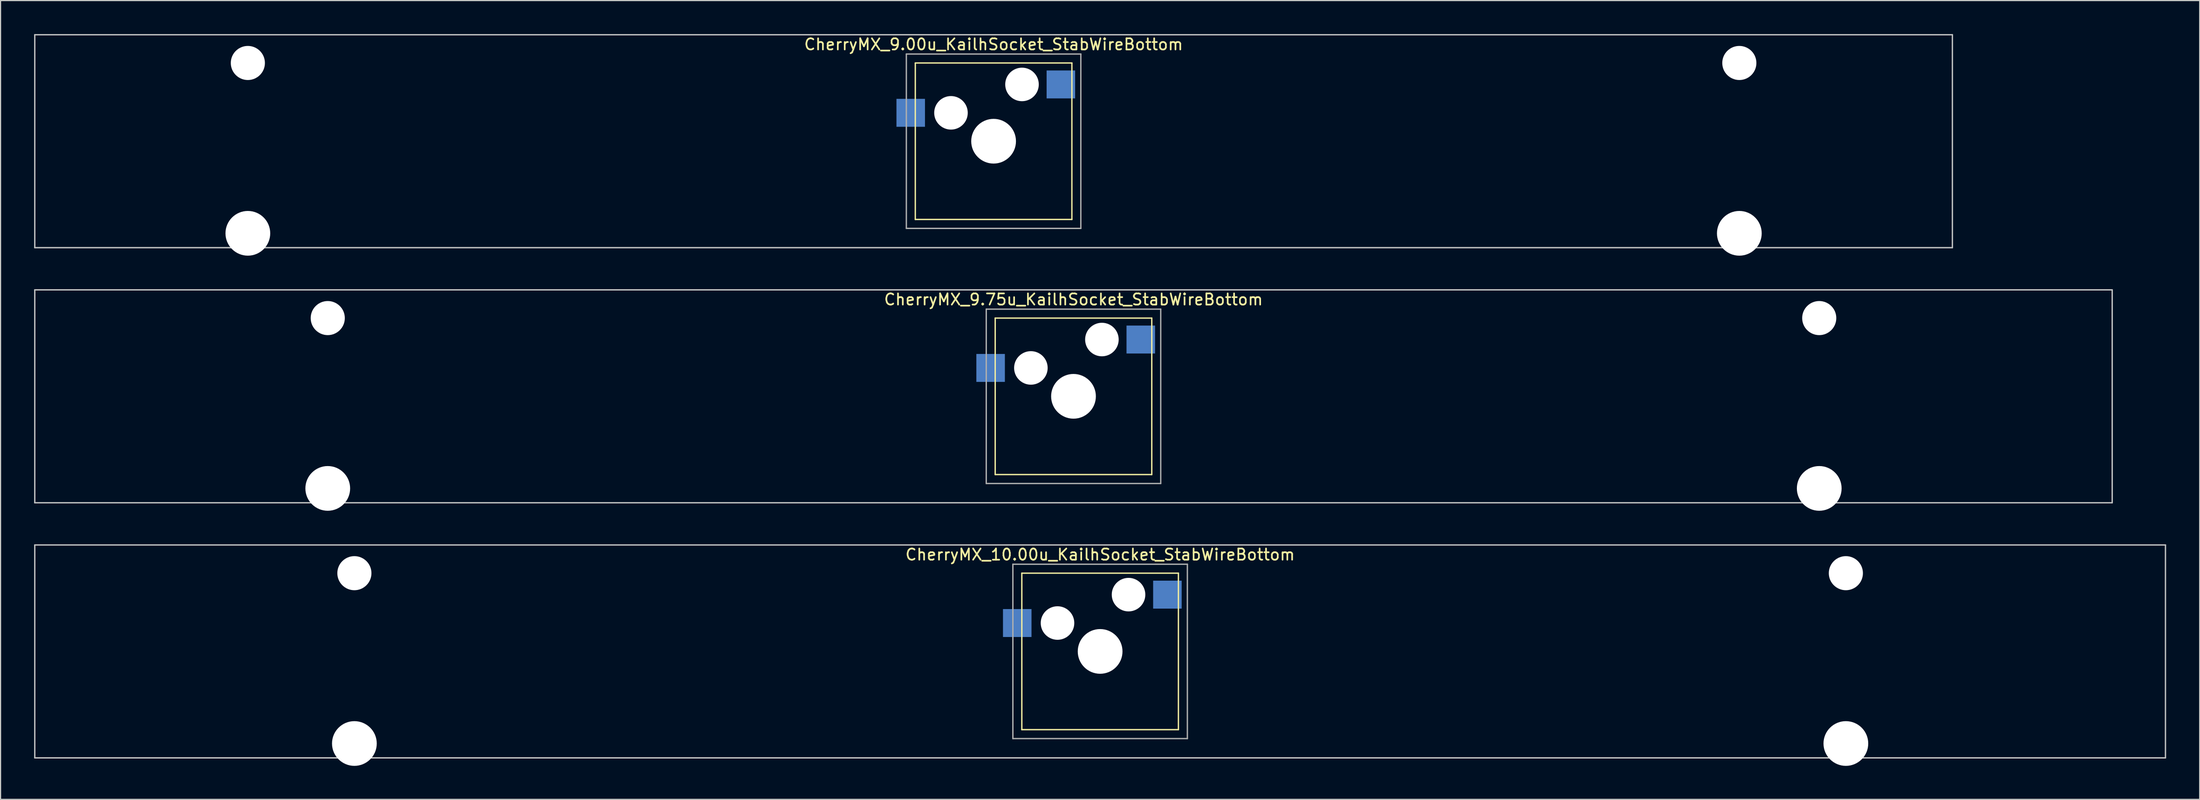
<source format=kicad_pcb>
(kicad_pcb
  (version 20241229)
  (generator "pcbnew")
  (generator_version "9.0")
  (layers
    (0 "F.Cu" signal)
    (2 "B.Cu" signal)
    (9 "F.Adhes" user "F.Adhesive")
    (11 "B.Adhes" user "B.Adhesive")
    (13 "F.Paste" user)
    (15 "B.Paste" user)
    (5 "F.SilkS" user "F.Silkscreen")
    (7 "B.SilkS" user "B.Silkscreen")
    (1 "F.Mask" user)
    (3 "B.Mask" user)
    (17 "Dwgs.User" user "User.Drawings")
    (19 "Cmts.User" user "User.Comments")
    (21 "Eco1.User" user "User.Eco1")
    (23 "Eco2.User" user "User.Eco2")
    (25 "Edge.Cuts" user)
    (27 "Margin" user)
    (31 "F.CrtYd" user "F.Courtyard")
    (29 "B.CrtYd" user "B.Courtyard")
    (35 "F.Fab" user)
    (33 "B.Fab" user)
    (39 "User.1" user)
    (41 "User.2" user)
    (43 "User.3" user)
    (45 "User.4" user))
  (footprint "CherryMX_9.75u_KailhSocket_StabWireBottom"
    (layer "F.Cu")
    (at 92.929 32.41)
    (property "Reference" "CherryMX_9.75u_KailhSocket_StabWireBottom" (at 0 -8.662 0) (layer "F.SilkS") (effects (font (size 1 1) (thickness 0.15))))
    (attr through_hole)
    (fp_line (start -7 -7) (end -7 7) (stroke (width 0.12) (type solid)) (layer "F.SilkS"))
    (fp_line (start -7 -7) (end 7 -7) (stroke (width 0.12) (type solid)) (layer "F.SilkS"))
    (fp_line (start 7 -7) (end 7 7) (stroke (width 0.12) (type solid)) (layer "F.SilkS"))
    (fp_line (start 7 7) (end -7 7) (stroke (width 0.12) (type solid)) (layer "F.SilkS"))
    (fp_line (start -92.869 -9.525) (end 92.869 -9.525) (stroke (width 0.12) (type solid)) (layer "Dwgs.User"))
    (fp_line (start -92.869 9.525) (end -92.869 -9.525) (stroke (width 0.12) (type solid)) (layer "Dwgs.User"))
    (fp_line (start 92.869 -9.525) (end 92.869 9.525) (stroke (width 0.12) (type solid)) (layer "Dwgs.User"))
    (fp_line (start 92.869 9.525) (end -92.869 9.525) (stroke (width 0.12) (type solid)) (layer "Dwgs.User"))
    (fp_line (start -7.8 -7.8) (end -7.8 7.8) (stroke (width 0.12) (type solid)) (layer "F.Fab"))
    (fp_line (start -7.8 -7.8) (end 7.8 -7.8) (stroke (width 0.12) (type solid)) (layer "F.Fab"))
    (fp_line (start -7.8 7.8) (end 7.8 7.8) (stroke (width 0.12) (type solid)) (layer "F.Fab"))
    (fp_line (start 7.8 -7.8) (end 7.8 7.8) (stroke (width 0.12) (type solid)) (layer "F.Fab"))
    (pad "" np_thru_hole circle (at -66.675 -7) (size 3.05 3.05) (drill 3.05) (layers "*.Cu" "*.Mask"))
    (pad "" np_thru_hole circle (at -66.675 8.24) (size 4 4) (drill 4) (layers "*.Cu" "*.Mask"))
    (pad "" np_thru_hole circle (at -3.81 -2.54) (size 3 3) (drill 3) (layers "*.Cu" "*.Mask"))
    (pad "" np_thru_hole circle (at 0 0) (size 4 4) (drill 4) (layers "*.Cu" "*.Mask"))
    (pad "" np_thru_hole circle (at 2.54 -5.08) (size 3 3) (drill 3) (layers "*.Cu" "*.Mask"))
    (pad "" np_thru_hole circle (at 66.675 -7) (size 3.05 3.05) (drill 3.05) (layers "*.Cu" "*.Mask"))
    (pad "" np_thru_hole circle (at 66.675 8.24) (size 4 4) (drill 4) (layers "*.Cu" "*.Mask"))
    (pad "1" smd rect (at -7.41 -2.54) (size 2.55 2.5) (layers "B.Cu" "B.Mask" "B.Paste"))
    (pad "2" smd rect (at 6.015 -5.08) (size 2.55 2.5) (layers "B.Cu" "B.Mask" "B.Paste")))
  (footprint "CherryMX_9.00u_KailhSocket_StabWireBottom"
    (layer "F.Cu")
    (at 85.785 9.585)
    (property "Reference" "CherryMX_9.00u_KailhSocket_StabWireBottom" (at 0 -8.662 0) (layer "F.SilkS") (effects (font (size 1 1) (thickness 0.15))))
    (attr through_hole)
    (fp_line (start -7 -7) (end -7 7) (stroke (width 0.12) (type solid)) (layer "F.SilkS"))
    (fp_line (start -7 -7) (end 7 -7) (stroke (width 0.12) (type solid)) (layer "F.SilkS"))
    (fp_line (start 7 -7) (end 7 7) (stroke (width 0.12) (type solid)) (layer "F.SilkS"))
    (fp_line (start 7 7) (end -7 7) (stroke (width 0.12) (type solid)) (layer "F.SilkS"))
    (fp_line (start -85.725 -9.525) (end 85.725 -9.525) (stroke (width 0.12) (type solid)) (layer "Dwgs.User"))
    (fp_line (start -85.725 9.525) (end -85.725 -9.525) (stroke (width 0.12) (type solid)) (layer "Dwgs.User"))
    (fp_line (start 85.725 -9.525) (end 85.725 9.525) (stroke (width 0.12) (type solid)) (layer "Dwgs.User"))
    (fp_line (start 85.725 9.525) (end -85.725 9.525) (stroke (width 0.12) (type solid)) (layer "Dwgs.User"))
    (fp_line (start -7.8 -7.8) (end -7.8 7.8) (stroke (width 0.12) (type solid)) (layer "F.Fab"))
    (fp_line (start -7.8 -7.8) (end 7.8 -7.8) (stroke (width 0.12) (type solid)) (layer "F.Fab"))
    (fp_line (start -7.8 7.8) (end 7.8 7.8) (stroke (width 0.12) (type solid)) (layer "F.Fab"))
    (fp_line (start 7.8 -7.8) (end 7.8 7.8) (stroke (width 0.12) (type solid)) (layer "F.Fab"))
    (pad "" np_thru_hole circle (at -66.675 -7) (size 3.05 3.05) (drill 3.05) (layers "*.Cu" "*.Mask"))
    (pad "" np_thru_hole circle (at -66.675 8.24) (size 4 4) (drill 4) (layers "*.Cu" "*.Mask"))
    (pad "" np_thru_hole circle (at -3.81 -2.54) (size 3 3) (drill 3) (layers "*.Cu" "*.Mask"))
    (pad "" np_thru_hole circle (at 0 0) (size 4 4) (drill 4) (layers "*.Cu" "*.Mask"))
    (pad "" np_thru_hole circle (at 2.54 -5.08) (size 3 3) (drill 3) (layers "*.Cu" "*.Mask"))
    (pad "" np_thru_hole circle (at 66.675 -7) (size 3.05 3.05) (drill 3.05) (layers "*.Cu" "*.Mask"))
    (pad "" np_thru_hole circle (at 66.675 8.24) (size 4 4) (drill 4) (layers "*.Cu" "*.Mask"))
    (pad "1" smd rect (at -7.41 -2.54) (size 2.55 2.5) (layers "B.Cu" "B.Mask" "B.Paste"))
    (pad "2" smd rect (at 6.015 -5.08) (size 2.55 2.5) (layers "B.Cu" "B.Mask" "B.Paste")))
  (footprint "CherryMX_10.00u_KailhSocket_StabWireBottom"
    (layer "F.Cu")
    (at 95.31 55.235)
    (property "Reference" "CherryMX_10.00u_KailhSocket_StabWireBottom" (at 0 -8.662 0) (layer "F.SilkS") (effects (font (size 1 1) (thickness 0.15))))
    (attr through_hole)
    (fp_line (start -7 -7) (end -7 7) (stroke (width 0.12) (type solid)) (layer "F.SilkS"))
    (fp_line (start -7 -7) (end 7 -7) (stroke (width 0.12) (type solid)) (layer "F.SilkS"))
    (fp_line (start 7 -7) (end 7 7) (stroke (width 0.12) (type solid)) (layer "F.SilkS"))
    (fp_line (start 7 7) (end -7 7) (stroke (width 0.12) (type solid)) (layer "F.SilkS"))
    (fp_line (start -95.25 -9.525) (end 95.25 -9.525) (stroke (width 0.12) (type solid)) (layer "Dwgs.User"))
    (fp_line (start -95.25 9.525) (end -95.25 -9.525) (stroke (width 0.12) (type solid)) (layer "Dwgs.User"))
    (fp_line (start 95.25 -9.525) (end 95.25 9.525) (stroke (width 0.12) (type solid)) (layer "Dwgs.User"))
    (fp_line (start 95.25 9.525) (end -95.25 9.525) (stroke (width 0.12) (type solid)) (layer "Dwgs.User"))
    (fp_line (start -7.8 -7.8) (end -7.8 7.8) (stroke (width 0.12) (type solid)) (layer "F.Fab"))
    (fp_line (start -7.8 -7.8) (end 7.8 -7.8) (stroke (width 0.12) (type solid)) (layer "F.Fab"))
    (fp_line (start -7.8 7.8) (end 7.8 7.8) (stroke (width 0.12) (type solid)) (layer "F.Fab"))
    (fp_line (start 7.8 -7.8) (end 7.8 7.8) (stroke (width 0.12) (type solid)) (layer "F.Fab"))
    (pad "" np_thru_hole circle (at -66.675 -7) (size 3.05 3.05) (drill 3.05) (layers "*.Cu" "*.Mask"))
    (pad "" np_thru_hole circle (at -66.675 8.24) (size 4 4) (drill 4) (layers "*.Cu" "*.Mask"))
    (pad "" np_thru_hole circle (at -3.81 -2.54) (size 3 3) (drill 3) (layers "*.Cu" "*.Mask"))
    (pad "" np_thru_hole circle (at 0 0) (size 4 4) (drill 4) (layers "*.Cu" "*.Mask"))
    (pad "" np_thru_hole circle (at 2.54 -5.08) (size 3 3) (drill 3) (layers "*.Cu" "*.Mask"))
    (pad "" np_thru_hole circle (at 66.675 -7) (size 3.05 3.05) (drill 3.05) (layers "*.Cu" "*.Mask"))
    (pad "" np_thru_hole circle (at 66.675 8.24) (size 4 4) (drill 4) (layers "*.Cu" "*.Mask"))
    (pad "1" smd rect (at -7.41 -2.54) (size 2.55 2.5) (layers "B.Cu" "B.Mask" "B.Paste"))
    (pad "2" smd rect (at 6.015 -5.08) (size 2.55 2.5) (layers "B.Cu" "B.Mask" "B.Paste")))
  (gr_rect
    (start -3 -3)
    (end 193.62 68.475)
    (stroke (width 0.1) (type default))
    (fill no)
    (layer "Edge.Cuts")))
</source>
